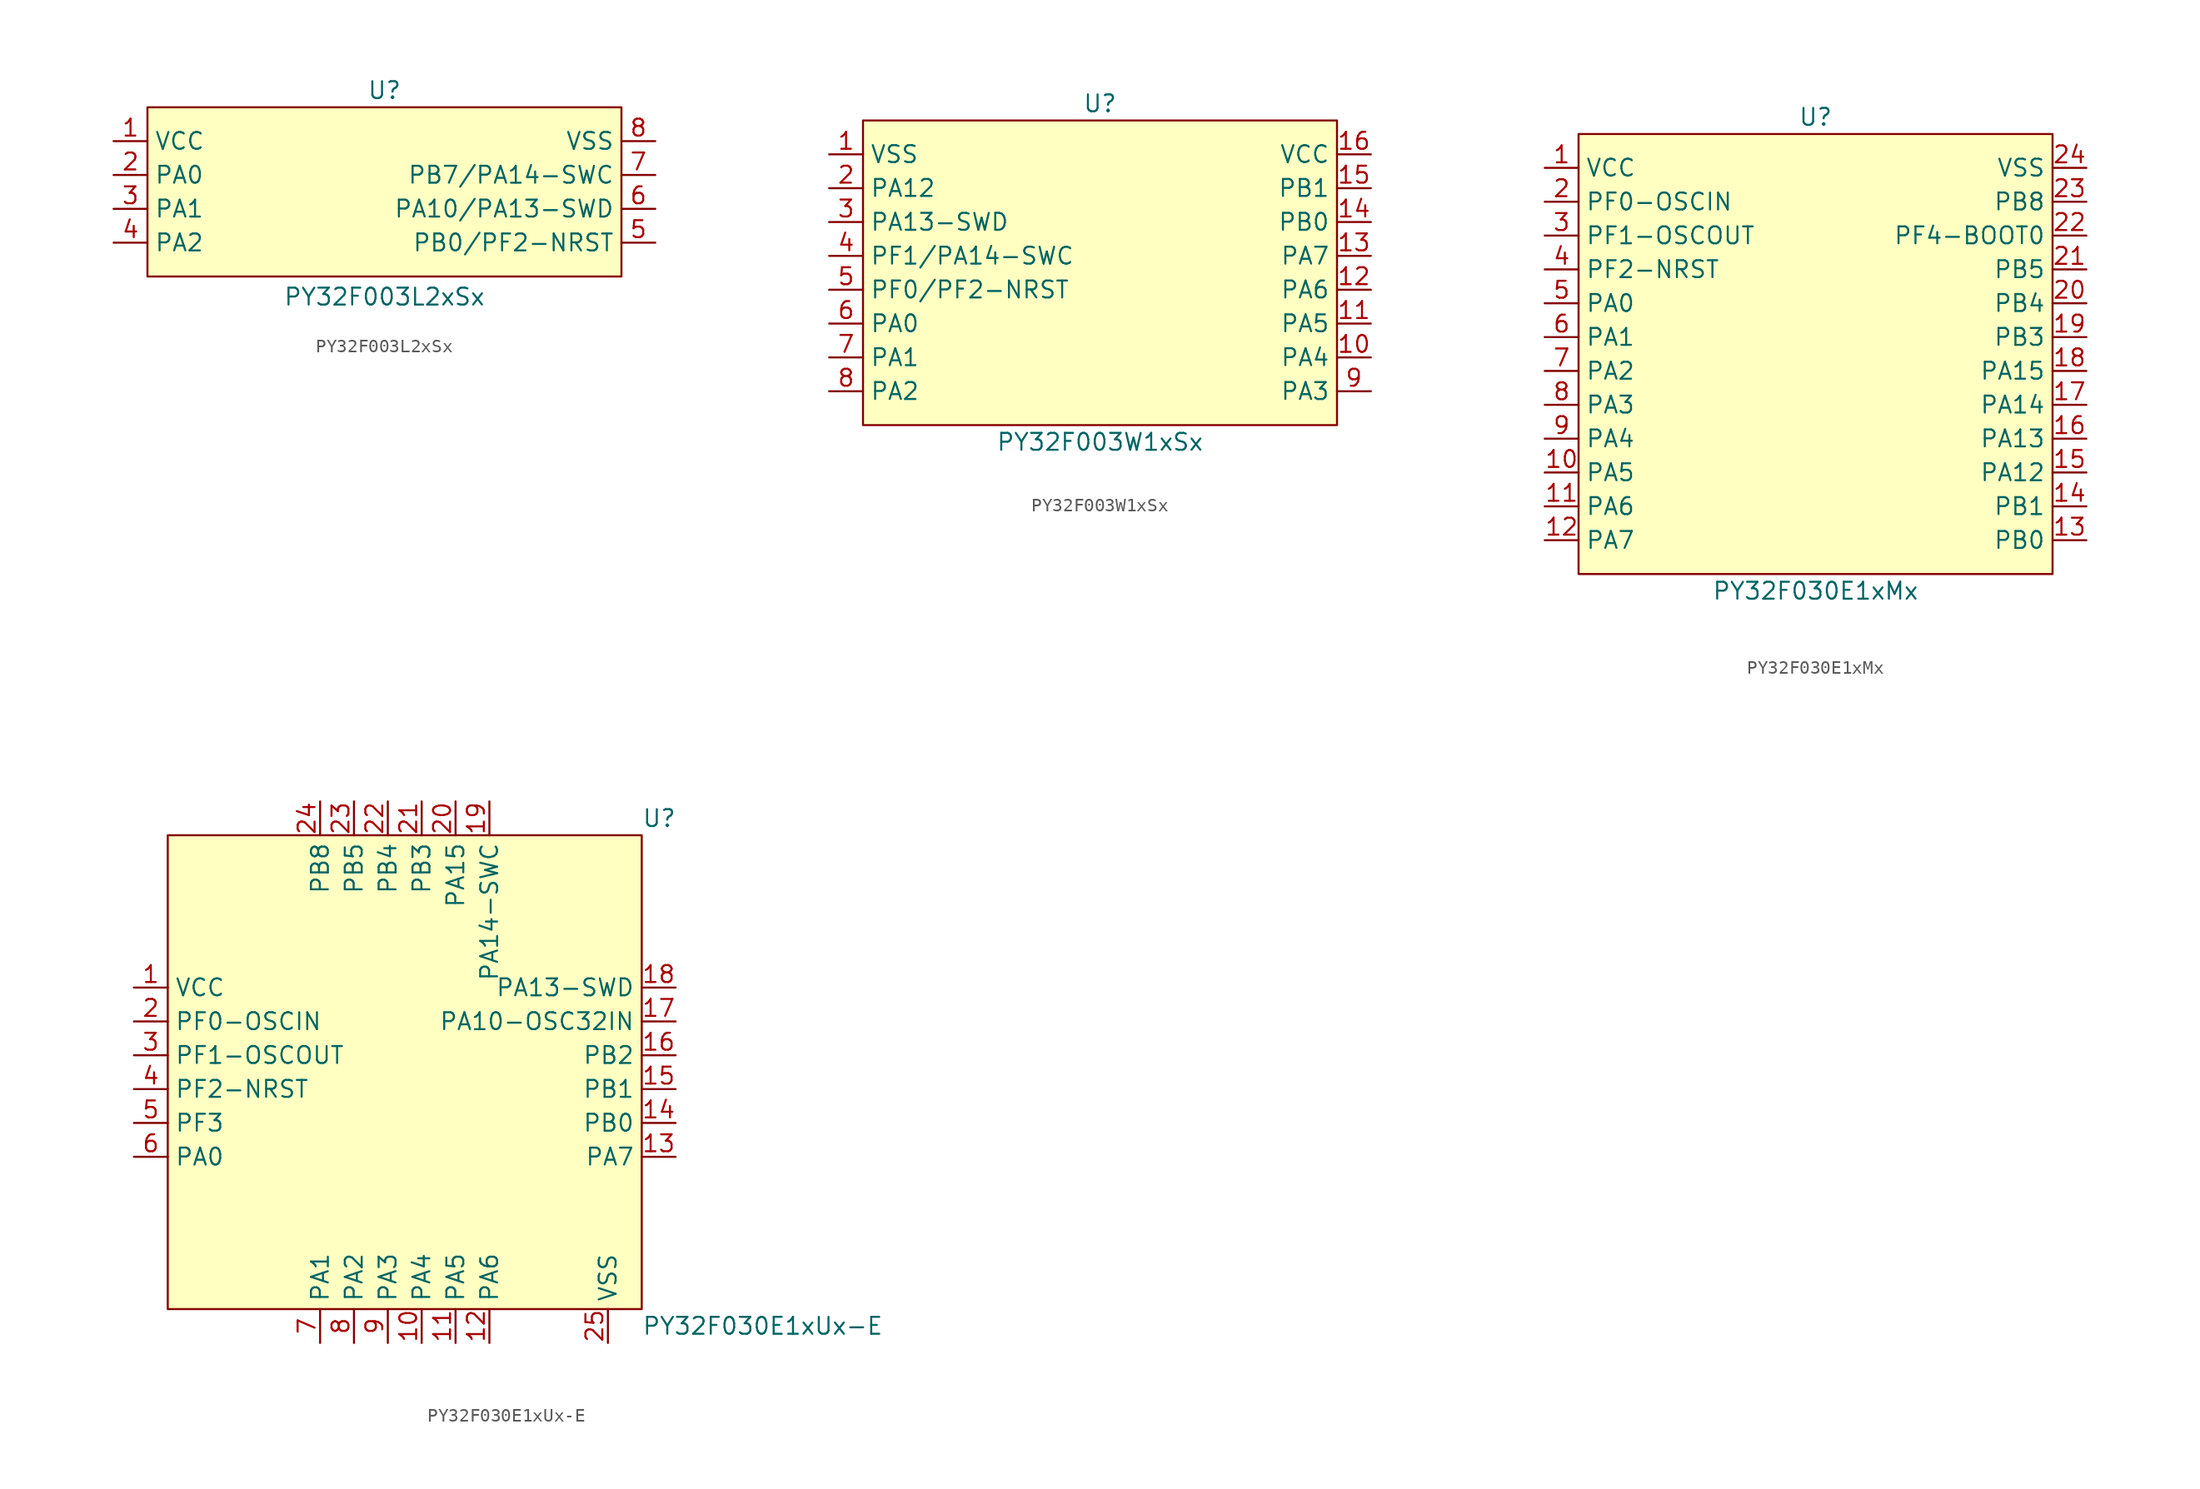
<source format=kicad_sym>
(kicad_symbol_lib
  (version 20241209)
  (generator "kicad_symbol_editor")
  (generator_version "9.0")
  (symbol "PY32F003L2xSx"
    (property "Reference" "U"
      (at 0 7.62 0)
      (effects (font (size 1.27 1.27))))
    (property "Value" "PY32F003L2xSx"
      (at 0 -7.874 0)
      (effects (font (size 1.27 1.27))))
    (symbol "PY32F003L2xSx_0_0"
      (pin unspecified line (at -20.32 -1.27 0) (length 2.54) (name "PA1" (effects (font (size 1.27 1.27)))) (number "3" (effects (font (size 1.27 1.27)))))
      (pin unspecified line (at -20.32 -3.81 0) (length 2.54) (name "PA2" (effects (font (size 1.27 1.27)))) (number "4" (effects (font (size 1.27 1.27)))))
      (pin unspecified line (at 20.32 3.81 180) (length 2.54) (name "VSS" (effects (font (size 1.27 1.27)))) (number "8" (effects (font (size 1.27 1.27)))))
      (pin unspecified line (at 20.32 -1.27 180) (length 2.54) (name "PA10/PA13-SWD" (effects (font (size 1.27 1.27)))) (number "6" (effects (font (size 1.27 1.27)))))
      (pin unspecified line (at 20.32 -3.81 180) (length 2.54) (name "PB0/PF2-NRST" (effects (font (size 1.27 1.27)))) (number "5" (effects (font (size 1.27 1.27))))))
    (symbol "PY32F003L2xSx_1_0"
      (pin unspecified line (at -20.32 3.81 0) (length 2.54) (name "VCC" (effects (font (size 1.27 1.27)))) (number "1" (effects (font (size 1.27 1.27)))))
      (pin unspecified line (at -20.32 1.27 0) (length 2.54) (name "PA0" (effects (font (size 1.27 1.27)))) (number "2" (effects (font (size 1.27 1.27)))))
      (pin unspecified line (at 20.32 1.27 180) (length 2.54) (name "PB7/PA14-SWC" (effects (font (size 1.27 1.27)))) (number "7" (effects (font (size 1.27 1.27))))))
    (symbol "PY32F003L2xSx_1_1"
      (rectangle (start -17.78 6.35) (end 17.78 -6.35) (stroke (width 0) (type solid)) (fill (type background)))))
  (symbol "PY32F003W1xSx"
    (property "Reference" "U"
      (at 0 12.7 0)
      (effects (font (size 1.27 1.27))))
    (property "Value" "PY32F003W1xSx"
      (at 0 -12.7 0)
      (effects (font (size 1.27 1.27))))
    (symbol "PY32F003W1xSx_0_0"
      (pin unspecified line (at -20.32 8.89 0) (length 2.54) (name "VSS" (effects (font (size 1.27 1.27)))) (number "1" (effects (font (size 1.27 1.27)))))
      (pin unspecified line (at -20.32 6.35 0) (length 2.54) (name "PA12" (effects (font (size 1.27 1.27)))) (number "2" (effects (font (size 1.27 1.27)))))
      (pin unspecified line (at -20.32 3.81 0) (length 2.54) (name "PA13-SWD" (effects (font (size 1.27 1.27)))) (number "3" (effects (font (size 1.27 1.27)))))
      (pin unspecified line (at -20.32 1.27 0) (length 2.54) (name "PF1/PA14-SWC" (effects (font (size 1.27 1.27)))) (number "4" (effects (font (size 1.27 1.27)))))
      (pin unspecified line (at -20.32 -1.27 0) (length 2.54) (name "PF0/PF2-NRST" (effects (font (size 1.27 1.27)))) (number "5" (effects (font (size 1.27 1.27)))))
      (pin unspecified line (at -20.32 -3.81 0) (length 2.54) (name "PA0" (effects (font (size 1.27 1.27)))) (number "6" (effects (font (size 1.27 1.27)))))
      (pin unspecified line (at -20.32 -6.35 0) (length 2.54) (name "PA1" (effects (font (size 1.27 1.27)))) (number "7" (effects (font (size 1.27 1.27)))))
      (pin unspecified line (at -20.32 -8.89 0) (length 2.54) (name "PA2" (effects (font (size 1.27 1.27)))) (number "8" (effects (font (size 1.27 1.27)))))
      (pin unspecified line (at 20.32 8.89 180) (length 2.54) (name "VCC" (effects (font (size 1.27 1.27)))) (number "16" (effects (font (size 1.27 1.27)))))
      (pin unspecified line (at 20.32 6.35 180) (length 2.54) (name "PB1" (effects (font (size 1.27 1.27)))) (number "15" (effects (font (size 1.27 1.27)))))
      (pin unspecified line (at 20.32 3.81 180) (length 2.54) (name "PB0" (effects (font (size 1.27 1.27)))) (number "14" (effects (font (size 1.27 1.27)))))
      (pin unspecified line (at 20.32 1.27 180) (length 2.54) (name "PA7" (effects (font (size 1.27 1.27)))) (number "13" (effects (font (size 1.27 1.27)))))
      (pin unspecified line (at 20.32 -1.27 180) (length 2.54) (name "PA6" (effects (font (size 1.27 1.27)))) (number "12" (effects (font (size 1.27 1.27)))))
      (pin unspecified line (at 20.32 -3.81 180) (length 2.54) (name "PA5" (effects (font (size 1.27 1.27)))) (number "11" (effects (font (size 1.27 1.27)))))
      (pin unspecified line (at 20.32 -6.35 180) (length 2.54) (name "PA4" (effects (font (size 1.27 1.27)))) (number "10" (effects (font (size 1.27 1.27)))))
      (pin unspecified line (at 20.32 -8.89 180) (length 2.54) (name "PA3" (effects (font (size 1.27 1.27)))) (number "9" (effects (font (size 1.27 1.27))))))
    (symbol "PY32F003W1xSx_1_1"
      (rectangle (start -17.78 11.43) (end 17.78 -11.43) (stroke (width 0) (type solid)) (fill (type background)))))
  (symbol "PY32F030E1xMx"
    (property "Reference" "U"
      (at 0 17.78 0)
      (effects (font (size 1.27 1.27))))
    (property "Value" "PY32F030E1xMx"
      (at 0 -17.78 0)
      (effects (font (size 1.27 1.27))))
    (symbol "PY32F030E1xMx_0_0"
      (pin unspecified line (at -20.32 13.97 0) (length 2.54) (name "VCC" (effects (font (size 1.27 1.27)))) (number "1" (effects (font (size 1.27 1.27)))))
      (pin unspecified line (at -20.32 11.43 0) (length 2.54) (name "PF0-OSCIN" (effects (font (size 1.27 1.27)))) (number "2" (effects (font (size 1.27 1.27)))))
      (pin unspecified line (at -20.32 8.89 0) (length 2.54) (name "PF1-OSCOUT" (effects (font (size 1.27 1.27)))) (number "3" (effects (font (size 1.27 1.27)))))
      (pin unspecified line (at -20.32 6.35 0) (length 2.54) (name "PF2-NRST" (effects (font (size 1.27 1.27)))) (number "4" (effects (font (size 1.27 1.27)))))
      (pin unspecified line (at -20.32 3.81 0) (length 2.54) (name "PA0" (effects (font (size 1.27 1.27)))) (number "5" (effects (font (size 1.27 1.27)))))
      (pin unspecified line (at -20.32 1.27 0) (length 2.54) (name "PA1" (effects (font (size 1.27 1.27)))) (number "6" (effects (font (size 1.27 1.27)))))
      (pin unspecified line (at -20.32 -1.27 0) (length 2.54) (name "PA2" (effects (font (size 1.27 1.27)))) (number "7" (effects (font (size 1.27 1.27)))))
      (pin unspecified line (at -20.32 -3.81 0) (length 2.54) (name "PA3" (effects (font (size 1.27 1.27)))) (number "8" (effects (font (size 1.27 1.27)))))
      (pin unspecified line (at -20.32 -6.35 0) (length 2.54) (name "PA4" (effects (font (size 1.27 1.27)))) (number "9" (effects (font (size 1.27 1.27)))))
      (pin unspecified line (at -20.32 -8.89 0) (length 2.54) (name "PA5" (effects (font (size 1.27 1.27)))) (number "10" (effects (font (size 1.27 1.27)))))
      (pin unspecified line (at -20.32 -11.43 0) (length 2.54) (name "PA6" (effects (font (size 1.27 1.27)))) (number "11" (effects (font (size 1.27 1.27)))))
      (pin unspecified line (at -20.32 -13.97 0) (length 2.54) (name "PA7" (effects (font (size 1.27 1.27)))) (number "12" (effects (font (size 1.27 1.27)))))
      (pin unspecified line (at 20.32 13.97 180) (length 2.54) (name "VSS" (effects (font (size 1.27 1.27)))) (number "24" (effects (font (size 1.27 1.27)))))
      (pin unspecified line (at 20.32 11.43 180) (length 2.54) (name "PB8" (effects (font (size 1.27 1.27)))) (number "23" (effects (font (size 1.27 1.27)))))
      (pin unspecified line (at 20.32 8.89 180) (length 2.54) (name "PF4-BOOT0" (effects (font (size 1.27 1.27)))) (number "22" (effects (font (size 1.27 1.27)))))
      (pin unspecified line (at 20.32 6.35 180) (length 2.54) (name "PB5" (effects (font (size 1.27 1.27)))) (number "21" (effects (font (size 1.27 1.27)))))
      (pin unspecified line (at 20.32 3.81 180) (length 2.54) (name "PB4" (effects (font (size 1.27 1.27)))) (number "20" (effects (font (size 1.27 1.27)))))
      (pin unspecified line (at 20.32 1.27 180) (length 2.54) (name "PB3" (effects (font (size 1.27 1.27)))) (number "19" (effects (font (size 1.27 1.27)))))
      (pin unspecified line (at 20.32 -1.27 180) (length 2.54) (name "PA15" (effects (font (size 1.27 1.27)))) (number "18" (effects (font (size 1.27 1.27)))))
      (pin unspecified line (at 20.32 -3.81 180) (length 2.54) (name "PA14" (effects (font (size 1.27 1.27)))) (number "17" (effects (font (size 1.27 1.27)))))
      (pin unspecified line (at 20.32 -6.35 180) (length 2.54) (name "PA13" (effects (font (size 1.27 1.27)))) (number "16" (effects (font (size 1.27 1.27)))))
      (pin unspecified line (at 20.32 -8.89 180) (length 2.54) (name "PA12" (effects (font (size 1.27 1.27)))) (number "15" (effects (font (size 1.27 1.27)))))
      (pin unspecified line (at 20.32 -11.43 180) (length 2.54) (name "PB1" (effects (font (size 1.27 1.27)))) (number "14" (effects (font (size 1.27 1.27)))))
      (pin unspecified line (at 20.32 -13.97 180) (length 2.54) (name "PB0" (effects (font (size 1.27 1.27)))) (number "13" (effects (font (size 1.27 1.27))))))
    (symbol "PY32F030E1xMx_1_1"
      (rectangle (start -17.78 16.51) (end 17.78 -16.51) (stroke (width 0) (type solid)) (fill (type background)))))
  (symbol "PY32F030E1xUx-E"
    (property "Reference" "U"
      (at 17.78 19.05 0)
      (effects (font (size 1.27 1.27)) (justify left)))
    (property "Value" "PY32F030E1xUx-E"
      (at 17.78 -19.05 0)
      (effects (font (size 1.27 1.27)) (justify left)))
    (symbol "PY32F030E1xUx-E_0_0"
      (pin unspecified line (at -20.32 6.35 0) (length 2.54) (name "VCC" (effects (font (size 1.27 1.27)))) (number "1" (effects (font (size 1.27 1.27)))))
      (pin unspecified line (at -20.32 3.81 0) (length 2.54) (name "PF0-OSCIN" (effects (font (size 1.27 1.27)))) (number "2" (effects (font (size 1.27 1.27)))))
      (pin unspecified line (at -20.32 1.27 0) (length 2.54) (name "PF1-OSCOUT" (effects (font (size 1.27 1.27)))) (number "3" (effects (font (size 1.27 1.27)))))
      (pin unspecified line (at -20.32 -1.27 0) (length 2.54) (name "PF2-NRST" (effects (font (size 1.27 1.27)))) (number "4" (effects (font (size 1.27 1.27)))))
      (pin unspecified line (at -20.32 -3.81 0) (length 2.54) (name "PF3" (effects (font (size 1.27 1.27)))) (number "5" (effects (font (size 1.27 1.27)))))
      (pin unspecified line (at -20.32 -6.35 0) (length 2.54) (name "PA0" (effects (font (size 1.27 1.27)))) (number "6" (effects (font (size 1.27 1.27)))))
      (pin unspecified line (at -6.35 -20.32 90) (length 2.54) (name "PA1" (effects (font (size 1.27 1.27)))) (number "7" (effects (font (size 1.27 1.27)))))
      (pin unspecified line (at -3.81 20.32 270) (length 2.54) (name "PB5" (effects (font (size 1.27 1.27)))) (number "23" (effects (font (size 1.27 1.27)))))
      (pin unspecified line (at -3.81 -20.32 90) (length 2.54) (name "PA2" (effects (font (size 1.27 1.27)))) (number "8" (effects (font (size 1.27 1.27)))))
      (pin unspecified line (at -1.27 20.32 270) (length 2.54) (name "PB4" (effects (font (size 1.27 1.27)))) (number "22" (effects (font (size 1.27 1.27)))))
      (pin unspecified line (at -1.27 -20.32 90) (length 2.54) (name "PA3" (effects (font (size 1.27 1.27)))) (number "9" (effects (font (size 1.27 1.27)))))
      (pin unspecified line (at 1.27 20.32 270) (length 2.54) (name "PB3" (effects (font (size 1.27 1.27)))) (number "21" (effects (font (size 1.27 1.27)))))
      (pin unspecified line (at 1.27 -20.32 90) (length 2.54) (name "PA4" (effects (font (size 1.27 1.27)))) (number "10" (effects (font (size 1.27 1.27)))))
      (pin unspecified line (at 3.81 20.32 270) (length 2.54) (name "PA15" (effects (font (size 1.27 1.27)))) (number "20" (effects (font (size 1.27 1.27)))))
      (pin unspecified line (at 3.81 -20.32 90) (length 2.54) (name "PA5" (effects (font (size 1.27 1.27)))) (number "11" (effects (font (size 1.27 1.27)))))
      (pin unspecified line (at 6.35 20.32 270) (length 2.54) (name "PA14-SWC" (effects (font (size 1.27 1.27)))) (number "19" (effects (font (size 1.27 1.27)))))
      (pin unspecified line (at 6.35 -20.32 90) (length 2.54) (name "PA6" (effects (font (size 1.27 1.27)))) (number "12" (effects (font (size 1.27 1.27)))))
      (pin unspecified line (at 20.32 6.35 180) (length 2.54) (name "PA13-SWD" (effects (font (size 1.27 1.27)))) (number "18" (effects (font (size 1.27 1.27)))))
      (pin unspecified line (at 20.32 3.81 180) (length 2.54) (name "PA10-OSC32IN" (effects (font (size 1.27 1.27)))) (number "17" (effects (font (size 1.27 1.27)))))
      (pin unspecified line (at 20.32 1.27 180) (length 2.54) (name "PB2" (effects (font (size 1.27 1.27)))) (number "16" (effects (font (size 1.27 1.27)))))
      (pin unspecified line (at 20.32 -1.27 180) (length 2.54) (name "PB1" (effects (font (size 1.27 1.27)))) (number "15" (effects (font (size 1.27 1.27)))))
      (pin unspecified line (at 20.32 -3.81 180) (length 2.54) (name "PB0" (effects (font (size 1.27 1.27)))) (number "14" (effects (font (size 1.27 1.27)))))
      (pin unspecified line (at 20.32 -6.35 180) (length 2.54) (name "PA7" (effects (font (size 1.27 1.27)))) (number "13" (effects (font (size 1.27 1.27))))))
    (symbol "PY32F030E1xUx-E_1_0"
      (pin unspecified line (at -6.35 20.32 270) (length 2.54) (name "PB8" (effects (font (size 1.27 1.27)))) (number "24" (effects (font (size 1.27 1.27)))))
      (pin unspecified line (at 15.24 -20.32 90) (length 2.54) (name "VSS" (effects (font (size 1.27 1.27)))) (number "25" (effects (font (size 1.27 1.27))))))
    (symbol "PY32F030E1xUx-E_1_1"
      (rectangle (start -17.78 17.78) (end 17.78 -17.78) (stroke (width 0) (type solid)) (fill (type background))))))
</source>
